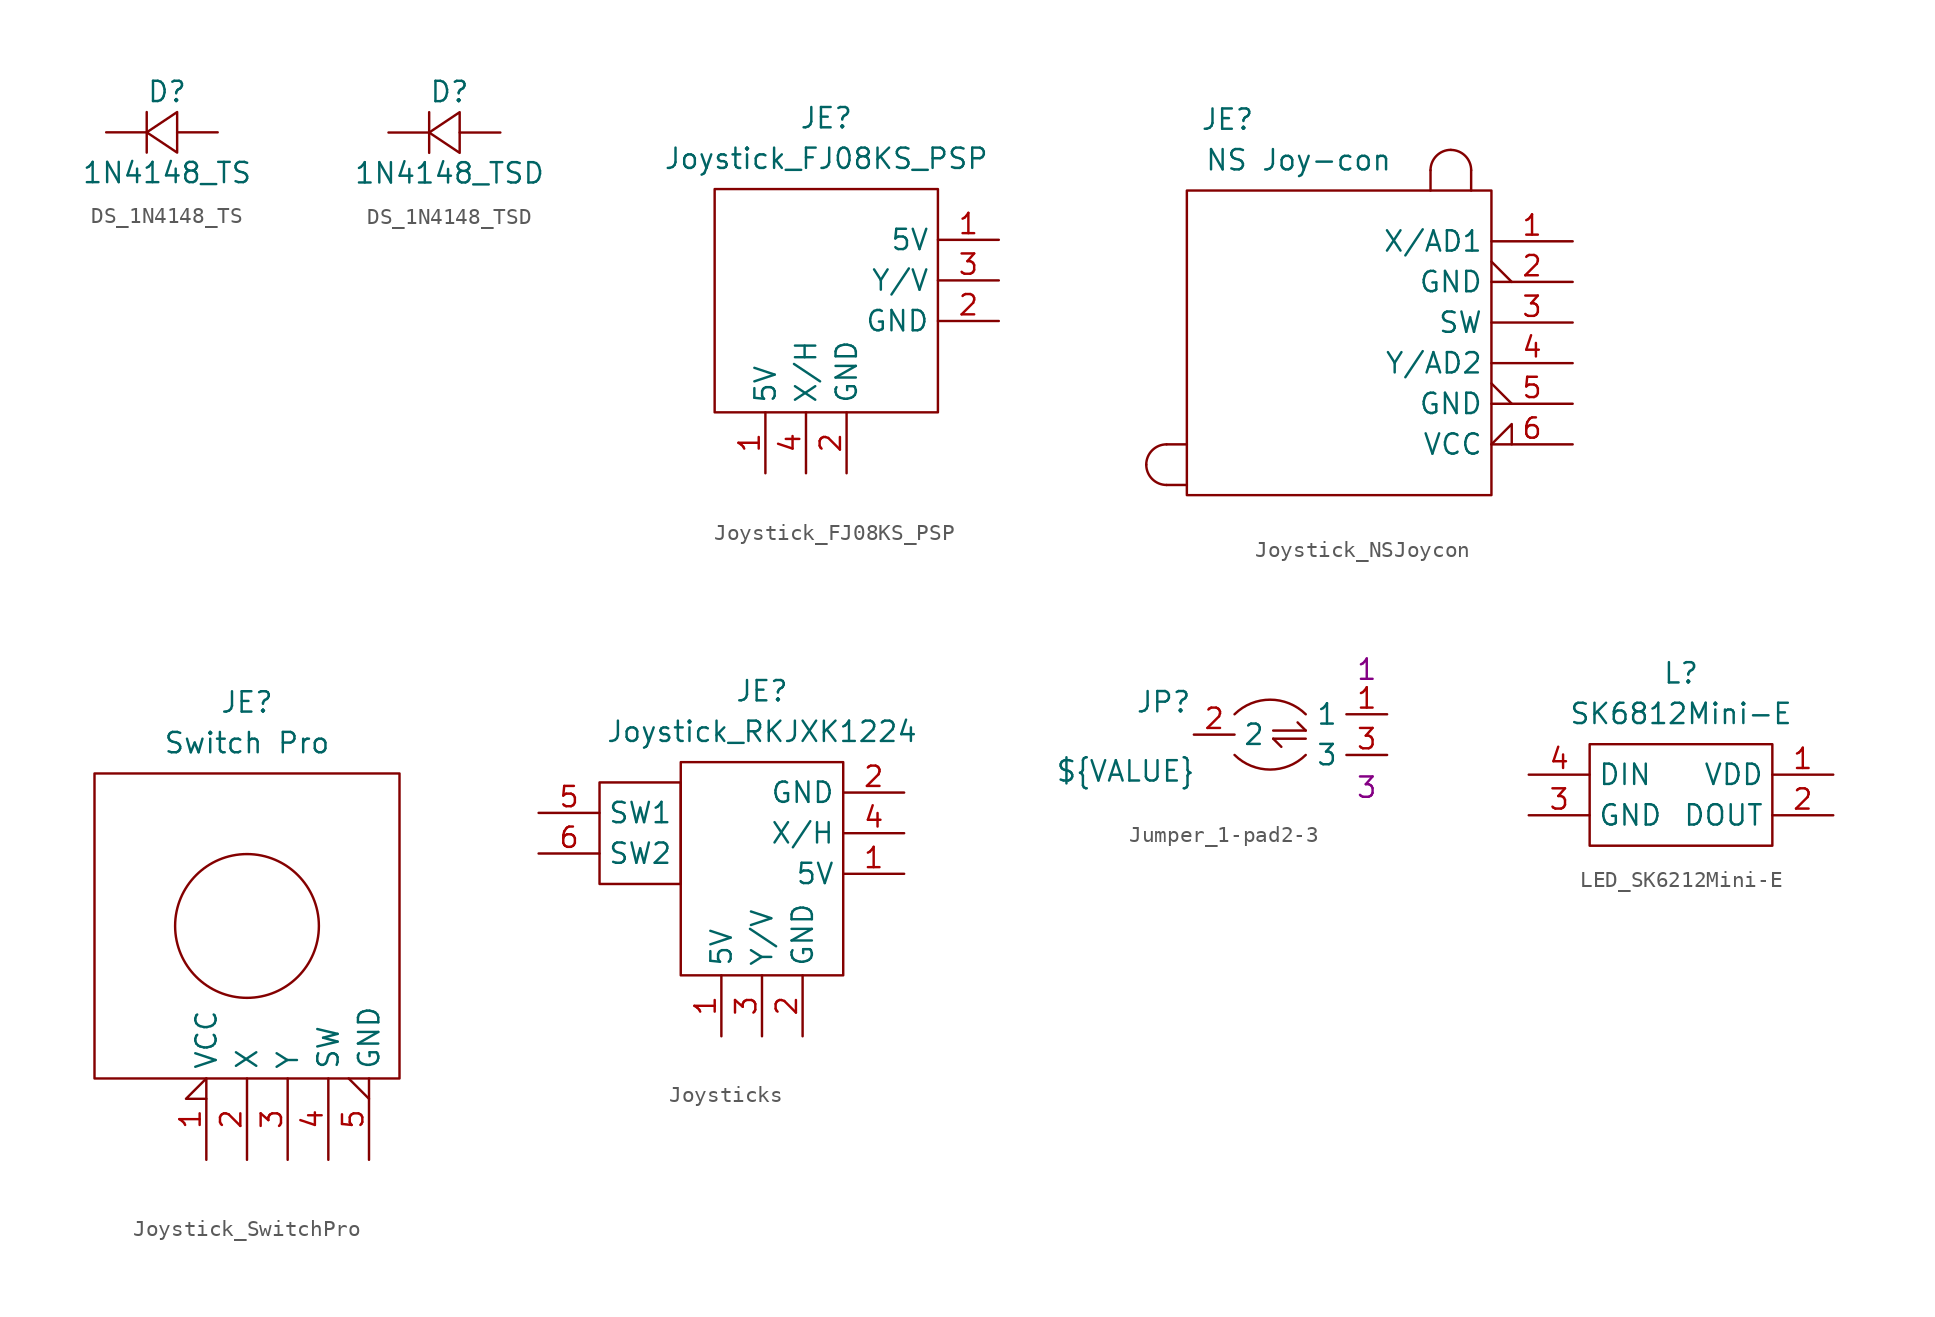
<source format=kicad_sym>
(kicad_symbol_lib
  (version 20241209)
  (generator "kicad_symbol_editor")
  (generator_version "9.0")
  (symbol "DS_1N4148_TS"
    (property "Reference" "D"
      (at 0 2.54 0)
      (effects (font (size 1.27 1.27))))
    (property "Value" "1N4148_TS"
      (at 0 -2.54 0)
      (effects (font (size 1.27 1.27))))
    (symbol "DS_1N4148_TS_0_1"
      (polyline (pts (xy -1.27 1.27) (xy -1.27 -1.27)) (stroke (width 0) (type default)) (fill (type none)))
      (polyline (pts (xy -1.27 0) (xy 0.635 1.27) (xy 0.635 -1.27) (xy -1.27 0)) (stroke (width 0) (type default)) (fill (type none))))
    (symbol "DS_1N4148_TS_1_1"
      (pin passive line (at -3.81 0 0) (length 2.54) (name "" (effects (font (size 0 0)))) (number "1" (effects (font (size 0 0)))))
      (pin passive line (at 3.175 0 180) (length 2.54) (name "" (effects (font (size 0 0)))) (number "2" (effects (font (size 0 0)))))))
  (symbol "DS_1N4148_TSD"
    (property "Reference" "D"
      (at 0 2.54 0)
      (effects (font (size 1.27 1.27))))
    (property "Value" "1N4148_TSD"
      (at 0 -2.54 0)
      (effects (font (size 1.27 1.27))))
    (symbol "DS_1N4148_TSD_0_1"
      (polyline (pts (xy -1.27 1.27) (xy -1.27 -1.27)) (stroke (width 0) (type default)) (fill (type none)))
      (polyline (pts (xy -1.27 0) (xy 0.635 1.27) (xy 0.635 -1.27) (xy -1.27 0)) (stroke (width 0) (type default)) (fill (type none))))
    (symbol "DS_1N4148_TSD_1_1"
      (pin passive line (at -3.81 0 0) (length 2.54) (name "" (effects (font (size 0 0)))) (number "1" (effects (font (size 0 0)))))
      (pin passive line (at 3.175 0 180) (length 2.54) (name "" (effects (font (size 0 0)))) (number "2" (effects (font (size 0 0)))))))
  (symbol "Joystick_FJ08KS_PSP"
    (property "Reference" "JE"
      (at 0 11.43 0)
      (effects (font (size 1.27 1.27))))
    (property "Value" "Joystick_FJ08KS_PSP"
      (at 0 8.89 0)
      (effects (font (size 1.27 1.27))))
    (symbol "Joystick_FJ08KS_PSP_0_1"
      (rectangle (start -6.985 6.985) (end 6.985 -6.985) (stroke (width 0) (type default)) (fill (type none))))
    (symbol "Joystick_FJ08KS_PSP_1_1"
      (pin passive line (at -3.81 -10.795 90) (length 3.81) (name "5V" (effects (font (size 1.27 1.27)))) (number "1" (effects (font (size 1.27 1.27)))))
      (pin passive line (at -1.27 -10.795 90) (length 3.81) (name "X/H" (effects (font (size 1.27 1.27)))) (number "4" (effects (font (size 1.27 1.27)))))
      (pin passive line (at 1.27 -10.795 90) (length 3.81) (name "GND" (effects (font (size 1.27 1.27)))) (number "2" (effects (font (size 1.27 1.27)))))
      (pin passive line (at 10.795 3.81 180) (length 3.81) (name "5V" (effects (font (size 1.27 1.27)))) (number "1" (effects (font (size 1.27 1.27)))))
      (pin passive line (at 10.795 1.27 180) (length 3.81) (name "Y/V" (effects (font (size 1.27 1.27)))) (number "3" (effects (font (size 1.27 1.27)))))
      (pin passive line (at 10.795 -1.27 180) (length 3.81) (name "GND" (effects (font (size 1.27 1.27)))) (number "2" (effects (font (size 1.27 1.27)))))))
  (symbol "Joystick_NSJoycon"
    (property "Reference" "JE"
      (at -6.985 13.97 0)
      (effects (font (size 1.27 1.27))))
    (property "Value" "NS Joy-con"
      (at -2.54 11.43 0)
      (effects (font (size 1.27 1.27))))
    (symbol "Joystick_NSJoycon_0_1"
      (polyline (pts (xy -10.795 -6.35) (xy -9.525 -6.35)) (stroke (width 0) (type default)) (fill (type none)))
      (polyline (pts (xy -10.795 -8.89) (xy -9.525 -8.89)) (stroke (width 0) (type default)) (fill (type none)))
      (arc (start -10.795 -8.89) (mid -11.693 -8.518) (end -12.065 -7.62) (stroke (width 0) (type default)) (fill (type none)))
      (arc (start -12.065 -7.62) (mid -11.693 -6.722) (end -10.795 -6.35) (stroke (width 0) (type default)) (fill (type none)))
      (rectangle (start -9.525 9.525) (end 9.525 -9.525) (stroke (width 0) (type default)) (fill (type none)))
      (polyline (pts (xy 5.715 10.795) (xy 5.715 9.525)) (stroke (width 0) (type default)) (fill (type none)))
      (arc (start 5.715 10.795) (mid 6.087 11.693) (end 6.985 12.065) (stroke (width 0) (type default)) (fill (type none)))
      (arc (start 6.985 12.065) (mid 7.883 11.693) (end 8.255 10.795) (stroke (width 0) (type default)) (fill (type none)))
      (polyline (pts (xy 8.255 10.795) (xy 8.255 9.525)) (stroke (width 0) (type default)) (fill (type none))))
    (symbol "Joystick_NSJoycon_1_1"
      (pin input line (at 14.605 6.35 180) (length 5.08) (name "X/AD1" (effects (font (size 1.27 1.27)))) (number "1" (effects (font (size 1.27 1.27)))))
      (pin output output_low (at 14.605 3.81 180) (length 5.08) (name "GND" (effects (font (size 1.27 1.27)))) (number "2" (effects (font (size 1.27 1.27)))))
      (pin input line (at 14.605 1.27 180) (length 5.08) (name "SW" (effects (font (size 1.27 1.27)))) (number "3" (effects (font (size 1.27 1.27)))))
      (pin input line (at 14.605 -1.27 180) (length 5.08) (name "Y/AD2" (effects (font (size 1.27 1.27)))) (number "4" (effects (font (size 1.27 1.27)))))
      (pin output output_low (at 14.605 -3.81 180) (length 5.08) (name "GND" (effects (font (size 1.27 1.27)))) (number "5" (effects (font (size 1.27 1.27)))))
      (pin input input_low (at 14.605 -6.35 180) (length 5.08) (name "VCC" (effects (font (size 1.27 1.27)))) (number "6" (effects (font (size 1.27 1.27)))))))
  (symbol "Joystick_SwitchPro"
    (property "Reference" "JE"
      (at 0 13.97 0)
      (effects (font (size 1.27 1.27))))
    (property "Value" "Switch Pro"
      (at 0 11.43 0)
      (effects (font (size 1.27 1.27))))
    (symbol "Joystick_SwitchPro_0_1"
      (rectangle (start -9.525 9.525) (end 9.525 -9.525) (stroke (width 0) (type default)) (fill (type none))))
    (symbol "Joystick_SwitchPro_1_1"
      (rectangle (start -8.255 1.27) (end -7.62 -1.27) (stroke (width 0) (type default) (color 255 255 255 1)) (fill (type none)))
      (rectangle (start -1.27 8.255) (end 1.27 7.62) (stroke (width 0) (type default) (color 255 255 255 1)) (fill (type none)))
      (circle (center 0 0) (radius 4.49) (stroke (width 0) (type default)) (fill (type none)))
      (rectangle (start 7.62 1.27) (end 8.255 -1.27) (stroke (width 0) (type default) (color 255 255 255 1)) (fill (type none)))
      (pin input input_low (at -2.54 -14.605 90) (length 5.08) (name "VCC" (effects (font (size 1.27 1.27)))) (number "1" (effects (font (size 1.27 1.27)))))
      (pin input line (at 0 -14.605 90) (length 5.08) (name "X" (effects (font (size 1.27 1.27)))) (number "2" (effects (font (size 1.27 1.27)))))
      (pin input line (at 2.54 -14.605 90) (length 5.08) (name "Y" (effects (font (size 1.27 1.27)))) (number "3" (effects (font (size 1.27 1.27)))))
      (pin input line (at 5.08 -14.605 90) (length 5.08) (name "SW" (effects (font (size 1.27 1.27)))) (number "4" (effects (font (size 1.27 1.27)))))
      (pin output output_low (at 7.62 -14.605 90) (length 5.08) (name "GND" (effects (font (size 1.27 1.27)))) (number "5" (effects (font (size 1.27 1.27)))))))
  (symbol "Joysticks"
    (property "Reference" "JE"
      (at 0 8.89 0)
      (effects (font (size 1.27 1.27))))
    (property "Value" "Joystick_RKJXK1224"
      (at 0 6.35 0)
      (effects (font (size 1.27 1.27))))
    (symbol "Joysticks_0_1"
      (rectangle (start -10.16 3.175) (end -5.08 -3.175) (stroke (width 0) (type default)) (fill (type none)))
      (rectangle (start -5.08 4.445) (end 5.08 -8.89) (stroke (width 0) (type default)) (fill (type none))))
    (symbol "Joysticks_1_1"
      (pin passive line (at -13.97 1.27 0) (length 3.81) (name "SW1" (effects (font (size 1.27 1.27)))) (number "5" (effects (font (size 1.27 1.27)))))
      (pin passive line (at -13.97 -1.27 0) (length 3.81) (name "SW2" (effects (font (size 1.27 1.27)))) (number "6" (effects (font (size 1.27 1.27)))))
      (pin passive line (at -2.54 -12.7 90) (length 3.81) (name "5V" (effects (font (size 1.27 1.27)))) (number "1" (effects (font (size 1.27 1.27)))))
      (pin passive line (at 0 -12.7 90) (length 3.81) (name "Y/V" (effects (font (size 1.27 1.27)))) (number "3" (effects (font (size 1.27 1.27)))))
      (pin passive line (at 2.54 -12.7 90) (length 3.81) (name "GND" (effects (font (size 1.27 1.27)))) (number "2" (effects (font (size 1.27 1.27)))))
      (pin passive line (at 8.89 2.54 180) (length 3.81) (name "GND" (effects (font (size 1.27 1.27)))) (number "2" (effects (font (size 1.27 1.27)))))
      (pin passive line (at 8.89 0 180) (length 3.81) (name "X/H" (effects (font (size 1.27 1.27)))) (number "4" (effects (font (size 1.27 1.27)))))
      (pin passive line (at 8.89 -2.54 180) (length 3.81) (name "5V" (effects (font (size 1.27 1.27)))) (number "1" (effects (font (size 1.27 1.27)))))))
  (symbol "Jumper_1-pad2-3"
    (property "Reference" "JP"
      (at -5.842 2.032 0)
      (effects (font (size 1.27 1.27)) (justify right)))
    (property "Value" "${VALUE}"
      (at -5.588 -2.286 0)
      (effects (font (size 1.27 1.27)) (justify right)))
    (property "PAD1_TEXT" "1"
      (at 5.08 4.064 0)
      (effects (font (size 1.27 1.27))))
    (property "PAD3_TEXT" "3"
      (at 5.08 -3.302 0)
      (effects (font (size 1.27 1.27))))
    (symbol "Jumper_1-pad2-3_0_1"
      (arc (start 1.27 -1.27) (mid -0.9525 -2.1819) (end -3.175 -1.27) (stroke (width 0) (type default)) (fill (type none)))
      (arc (start -3.175 1.27) (mid -0.9525 2.1809) (end 1.27 1.27) (stroke (width 0) (type default)) (fill (type none)))
      (polyline (pts (xy -0.762 0.254) (xy 1.27 0.254)) (stroke (width 0) (type default)) (fill (type none)))
      (polyline (pts (xy -0.762 -0.254) (xy -0.254 -0.762)) (stroke (width 0) (type default)) (fill (type none)))
      (polyline (pts (xy -0.762 -0.254) (xy 1.27 -0.254)) (stroke (width 0) (type default)) (fill (type none)))
      (polyline (pts (xy 0.762 0.762) (xy 1.27 0.254)) (stroke (width 0) (type default)) (fill (type none))))
    (symbol "Jumper_1-pad2-3_1_1"
      (pin input line (at -5.715 0 0) (length 2.54) (name "2" (effects (font (size 1.27 1.27)))) (number "2" (effects (font (size 1.27 1.27)))))
      (pin output line (at 6.35 1.27 180) (length 2.54) (name "1" (effects (font (size 1.27 1.27)))) (number "1" (effects (font (size 1.27 1.27)))))
      (pin output line (at 6.35 -1.27 180) (length 2.54) (name "3" (effects (font (size 1.27 1.27)))) (number "3" (effects (font (size 1.27 1.27)))))))
  (symbol "LED_SK6212Mini-E"
    (property "Reference" "L"
      (at 0 7.62 0)
      (effects (font (size 1.27 1.27))))
    (property "Value" "SK6812Mini-E"
      (at 0 5.08 0)
      (effects (font (size 1.27 1.27))))
    (symbol "LED_SK6212Mini-E_0_1"
      (rectangle (start -5.715 -3.175) (end 5.715 3.175) (stroke (width 0) (type default)) (fill (type none))))
    (symbol "LED_SK6212Mini-E_1_1"
      (pin input line (at -9.525 1.27 0) (length 3.81) (name "DIN" (effects (font (size 1.27 1.27)))) (number "4" (effects (font (size 1.27 1.27)))))
      (pin power_out line (at -9.525 -1.27 0) (length 3.81) (name "GND" (effects (font (size 1.27 1.27)))) (number "3" (effects (font (size 1.27 1.27)))))
      (pin power_in line (at 9.525 1.27 180) (length 3.81) (name "VDD" (effects (font (size 1.27 1.27)))) (number "1" (effects (font (size 1.27 1.27)))))
      (pin output line (at 9.525 -1.27 180) (length 3.81) (name "DOUT" (effects (font (size 1.27 1.27)))) (number "2" (effects (font (size 1.27 1.27))))))))
</source>
